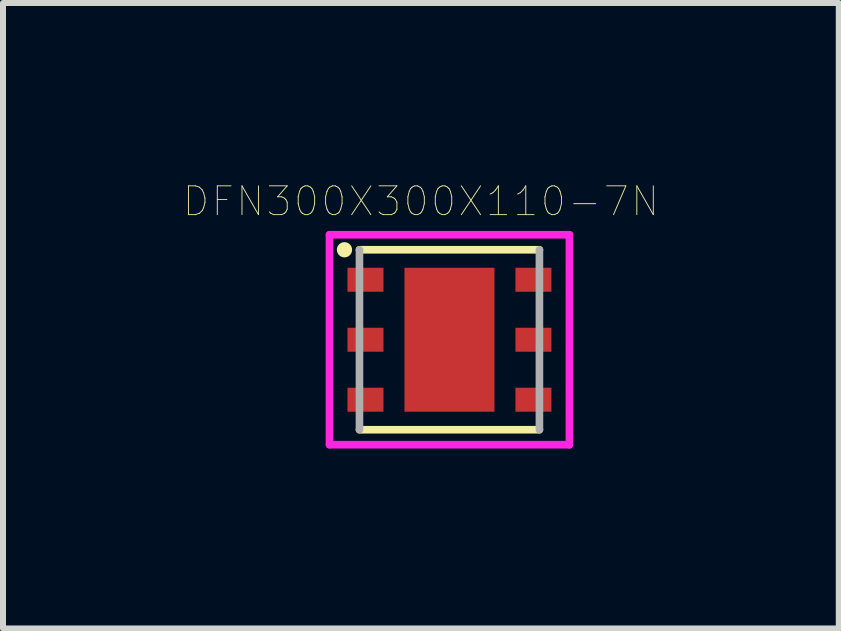
<source format=kicad_pcb>
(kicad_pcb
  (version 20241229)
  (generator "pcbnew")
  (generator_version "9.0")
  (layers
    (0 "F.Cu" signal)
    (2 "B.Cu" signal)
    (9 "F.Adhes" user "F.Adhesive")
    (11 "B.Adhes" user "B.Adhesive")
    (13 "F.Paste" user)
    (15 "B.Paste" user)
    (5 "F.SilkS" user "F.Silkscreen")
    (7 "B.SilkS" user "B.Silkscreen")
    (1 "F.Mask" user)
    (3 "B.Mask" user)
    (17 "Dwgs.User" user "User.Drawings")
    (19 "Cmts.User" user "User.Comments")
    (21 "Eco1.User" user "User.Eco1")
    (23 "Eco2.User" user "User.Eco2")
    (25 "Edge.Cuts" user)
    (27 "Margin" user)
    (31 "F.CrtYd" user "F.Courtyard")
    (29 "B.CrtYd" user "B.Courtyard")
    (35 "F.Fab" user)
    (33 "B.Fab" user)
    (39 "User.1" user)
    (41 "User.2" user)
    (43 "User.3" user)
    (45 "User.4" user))
  (footprint "DFN300X300X110-7N"
    (layer "F.Cu")
    (at 4.443 2.614)
    (property "Reference" "DFN300X300X110-7N" (at -0.476 -2.307 0) (layer "F.SilkS") (effects (font (size 0.48 0.48) (thickness 0.015))))
    (attr through_hole)
    (fp_line (start -1.5 1.5) (end 1.5 1.5) (stroke (width 0.127) (type solid)) (layer "F.SilkS"))
    (fp_line (start 1.5 -1.5) (end -1.5 -1.5) (stroke (width 0.127) (type solid)) (layer "F.SilkS"))
    (fp_circle (center -1.75 -1.5) (end -1.623 -1.5) (stroke (width 0) (type solid)) (fill yes) (layer "F.SilkS"))
    (fp_poly (pts (xy -0.701 -1.15) (xy 0.7 -1.15) (xy 0.7 1.152) (xy -0.701 1.152)) (stroke (width 0.01) (type solid)) (fill yes) (layer "F.Paste"))
    (fp_line (start -2 -1.75) (end 2 -1.75) (stroke (width 0.127) (type solid)) (layer "F.CrtYd"))
    (fp_line (start -2 1.75) (end -2 -1.75) (stroke (width 0.127) (type solid)) (layer "F.CrtYd"))
    (fp_line (start 2 -1.75) (end 2 1.75) (stroke (width 0.127) (type solid)) (layer "F.CrtYd"))
    (fp_line (start 2 1.75) (end -2 1.75) (stroke (width 0.127) (type solid)) (layer "F.CrtYd"))
    (fp_line (start -1.5 -1.5) (end -1.5 1.5) (stroke (width 0.127) (type solid)) (layer "F.Fab"))
    (fp_line (start 1.5 1.5) (end 1.5 -1.5) (stroke (width 0.127) (type solid)) (layer "F.Fab"))
    (pad "1" smd rect (at -1.4 -1) (size 0.6 0.4) (layers "F.Cu" "F.Mask" "F.Paste"))
    (pad "2" smd rect (at -1.4 0) (size 0.6 0.4) (layers "F.Cu" "F.Mask" "F.Paste"))
    (pad "3" smd rect (at -1.4 1) (size 0.6 0.4) (layers "F.Cu" "F.Mask" "F.Paste"))
    (pad "4" smd rect (at 1.4 1) (size 0.6 0.4) (layers "F.Cu" "F.Mask" "F.Paste"))
    (pad "5" smd rect (at 1.4 0) (size 0.6 0.4) (layers "F.Cu" "F.Mask" "F.Paste"))
    (pad "6" smd rect (at 1.4 -1) (size 0.6 0.4) (layers "F.Cu" "F.Mask" "F.Paste"))
    (pad "7" smd rect (at 0 0) (size 1.5 2.4) (layers "F.Cu" "F.Mask")))
  (gr_rect
    (start -3 -3)
    (end 10.934 7.428)
    (stroke (width 0.1) (type default))
    (fill no)
    (layer "Edge.Cuts")))
</source>
